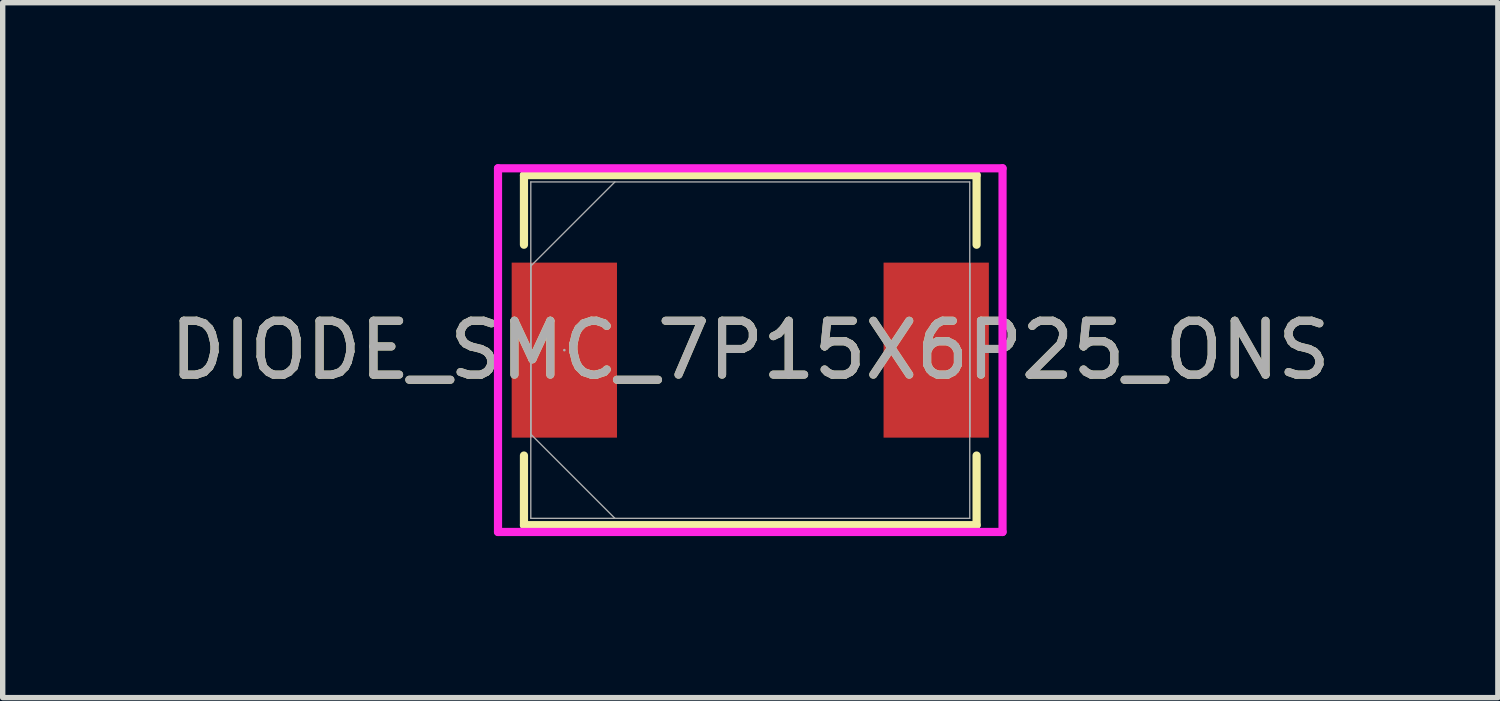
<source format=kicad_pcb>
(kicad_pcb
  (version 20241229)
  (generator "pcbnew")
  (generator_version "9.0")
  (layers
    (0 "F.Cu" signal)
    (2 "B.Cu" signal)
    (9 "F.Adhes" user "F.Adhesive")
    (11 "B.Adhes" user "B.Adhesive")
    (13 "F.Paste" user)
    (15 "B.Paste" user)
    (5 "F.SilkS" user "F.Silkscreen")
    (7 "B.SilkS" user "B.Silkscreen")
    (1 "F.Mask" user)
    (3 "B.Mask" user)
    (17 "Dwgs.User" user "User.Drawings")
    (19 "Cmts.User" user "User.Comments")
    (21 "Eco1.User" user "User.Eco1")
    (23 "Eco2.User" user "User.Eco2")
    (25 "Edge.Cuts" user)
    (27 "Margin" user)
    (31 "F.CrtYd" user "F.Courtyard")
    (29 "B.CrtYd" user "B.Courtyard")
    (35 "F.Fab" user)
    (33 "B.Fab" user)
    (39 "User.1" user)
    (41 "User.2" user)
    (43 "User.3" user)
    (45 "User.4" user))
  (footprint "DIODE_SMC_7P15X6P25_ONS"
    (layer "F.Cu")
    (at 10.887 3.454)
    (property "Reference" "DIODE_SMC_7P15X6P25_ONS" (at 0 0 0) (unlocked yes) (layer "F.SilkS") (effects (font (size 1 1) (thickness 0.15))))
    (attr smd)
    (fp_line (start -4.204 -3.251) (end -4.204 -1.958) (stroke (width 0.152) (type solid)) (layer "F.SilkS"))
    (fp_line (start -4.204 1.958) (end -4.204 3.251) (stroke (width 0.152) (type solid)) (layer "F.SilkS"))
    (fp_line (start -4.204 3.251) (end 4.204 3.251) (stroke (width 0.152) (type solid)) (layer "F.SilkS"))
    (fp_line (start 4.204 -3.251) (end -4.204 -3.251) (stroke (width 0.152) (type solid)) (layer "F.SilkS"))
    (fp_line (start 4.204 -1.958) (end 4.204 -3.251) (stroke (width 0.152) (type solid)) (layer "F.SilkS"))
    (fp_line (start 4.204 3.251) (end 4.204 1.958) (stroke (width 0.152) (type solid)) (layer "F.SilkS"))
    (fp_line (start -4.686 -3.378) (end 4.686 -3.378) (stroke (width 0.152) (type solid)) (layer "F.CrtYd"))
    (fp_line (start -4.686 3.378) (end -4.686 -3.378) (stroke (width 0.152) (type solid)) (layer "F.CrtYd"))
    (fp_line (start 4.686 -3.378) (end 4.686 3.378) (stroke (width 0.152) (type solid)) (layer "F.CrtYd"))
    (fp_line (start 4.686 3.378) (end -4.686 3.378) (stroke (width 0.152) (type solid)) (layer "F.CrtYd"))
    (fp_line (start -4.077 -3.124) (end -4.077 3.124) (stroke (width 0.025) (type solid)) (layer "F.Fab"))
    (fp_line (start -4.077 -1.6) (end -4.077 -1.6) (stroke (width 0.025) (type solid)) (layer "F.Fab"))
    (fp_line (start -4.077 -1.6) (end -4.077 1.6) (stroke (width 0.025) (type solid)) (layer "F.Fab"))
    (fp_line (start -4.077 -1.562) (end -2.515 -3.124) (stroke (width 0.025) (type solid)) (layer "F.Fab"))
    (fp_line (start -4.077 1.562) (end -2.515 3.124) (stroke (width 0.025) (type solid)) (layer "F.Fab"))
    (fp_line (start -4.077 1.6) (end -4.077 -1.6) (stroke (width 0.025) (type solid)) (layer "F.Fab"))
    (fp_line (start -4.077 1.6) (end -4.077 1.6) (stroke (width 0.025) (type solid)) (layer "F.Fab"))
    (fp_line (start -4.077 3.124) (end 4.077 3.124) (stroke (width 0.025) (type solid)) (layer "F.Fab"))
    (fp_line (start 4.077 -3.124) (end -4.077 -3.124) (stroke (width 0.025) (type solid)) (layer "F.Fab"))
    (fp_line (start 4.077 -1.6) (end 4.077 -1.6) (stroke (width 0.025) (type solid)) (layer "F.Fab"))
    (fp_line (start 4.077 -1.6) (end 4.077 1.6) (stroke (width 0.025) (type solid)) (layer "F.Fab"))
    (fp_line (start 4.077 1.6) (end 4.077 -1.6) (stroke (width 0.025) (type solid)) (layer "F.Fab"))
    (fp_line (start 4.077 1.6) (end 4.077 1.6) (stroke (width 0.025) (type solid)) (layer "F.Fab"))
    (fp_line (start 4.077 3.124) (end 4.077 -3.124) (stroke (width 0.025) (type solid)) (layer "F.Fab"))
    (fp_circle (center -3.454 0) (end -3.454 0) (stroke (width 0.025) (type solid)) (fill no) (layer "F.Fab"))
    (fp_text user "${REFERENCE}" (at 0 0 0) (unlocked yes) (layer "F.Fab") (effects (font (size 1 1) (thickness 0.15))))
    (pad "1" smd rect (at -3.454 0) (size 1.956 3.251) (layers "F.Cu" "F.Mask" "F.Paste"))
    (pad "2" smd rect (at 3.454 0) (size 1.956 3.251) (layers "F.Cu" "F.Mask" "F.Paste"))
    (zone (net_name "") (layer "F.Cu") (hatch full 0.508) (connect_pads) (min_thickness 0.254) (filled_areas_thickness no) (keepout (tracks not_allowed) (vias not_allowed) (pads allowed) (copperpour not_allowed) (footprints allowed)) (placement (enabled no)) (fill) (polygon (pts (xy 8.461 0.381) (xy 13.313 0.381) (xy 13.313 6.528) (xy 8.461 6.528)))))
  (gr_rect
    (start -3 -3)
    (end 24.774 9.909)
    (stroke (width 0.1) (type default))
    (fill no)
    (layer "Edge.Cuts")))
</source>
